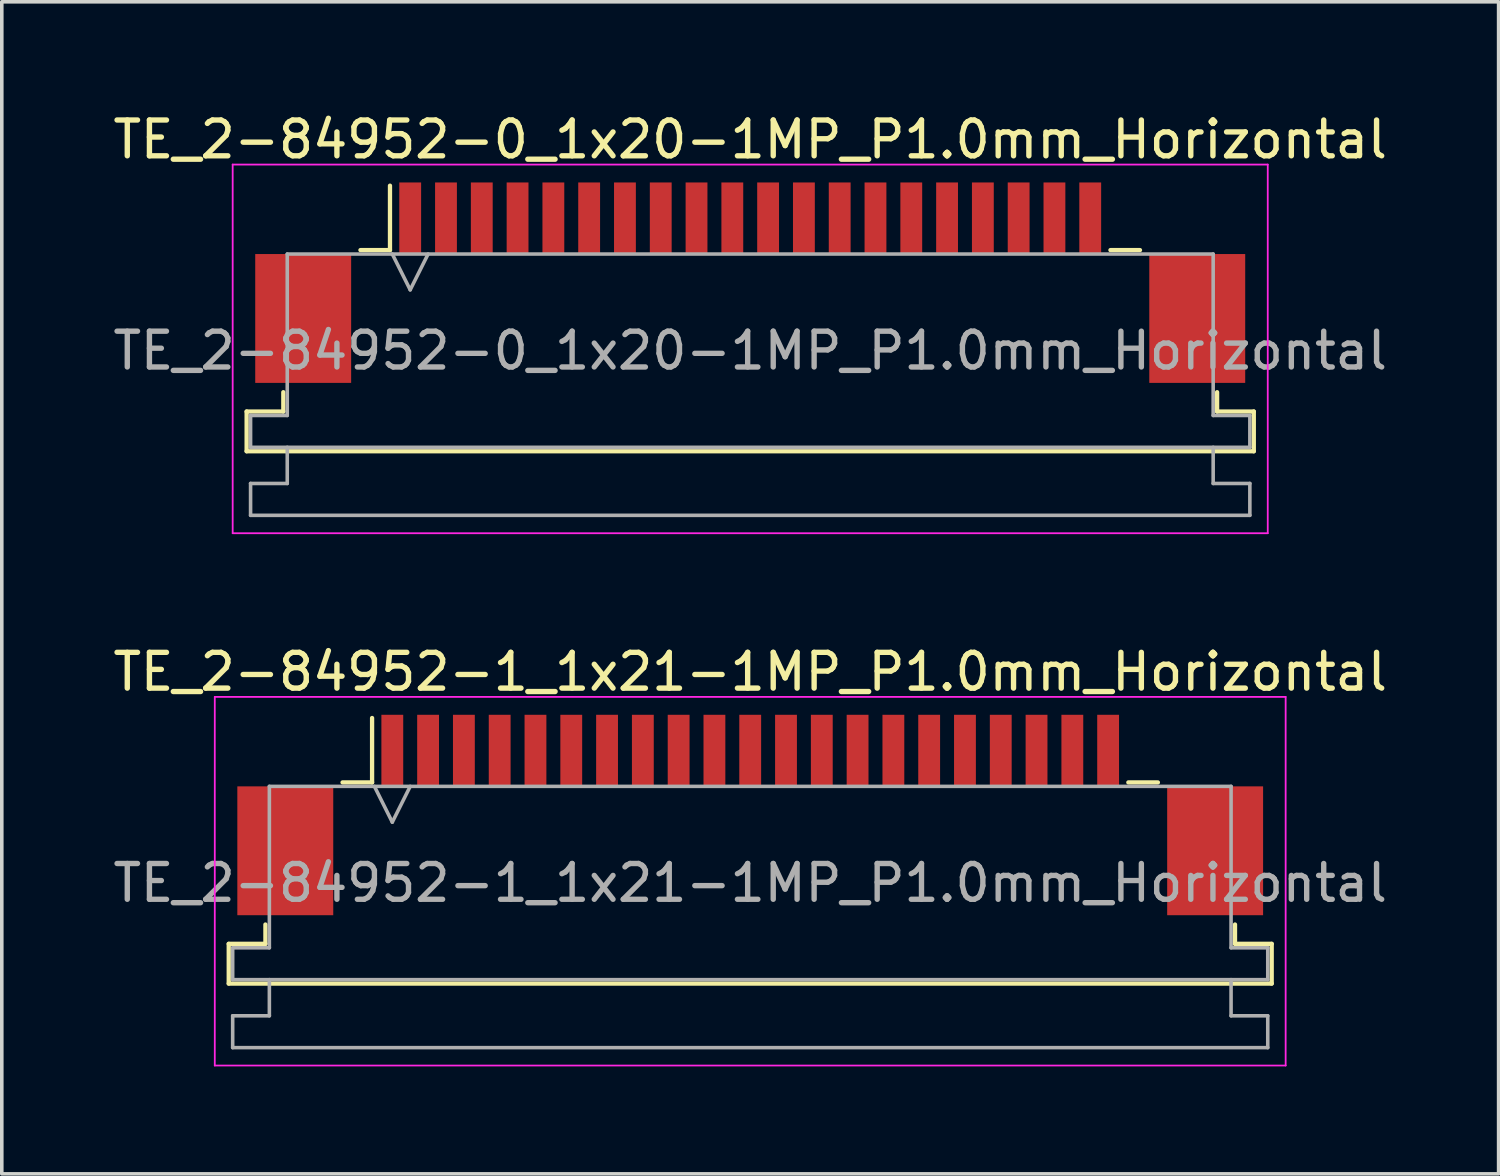
<source format=kicad_pcb>
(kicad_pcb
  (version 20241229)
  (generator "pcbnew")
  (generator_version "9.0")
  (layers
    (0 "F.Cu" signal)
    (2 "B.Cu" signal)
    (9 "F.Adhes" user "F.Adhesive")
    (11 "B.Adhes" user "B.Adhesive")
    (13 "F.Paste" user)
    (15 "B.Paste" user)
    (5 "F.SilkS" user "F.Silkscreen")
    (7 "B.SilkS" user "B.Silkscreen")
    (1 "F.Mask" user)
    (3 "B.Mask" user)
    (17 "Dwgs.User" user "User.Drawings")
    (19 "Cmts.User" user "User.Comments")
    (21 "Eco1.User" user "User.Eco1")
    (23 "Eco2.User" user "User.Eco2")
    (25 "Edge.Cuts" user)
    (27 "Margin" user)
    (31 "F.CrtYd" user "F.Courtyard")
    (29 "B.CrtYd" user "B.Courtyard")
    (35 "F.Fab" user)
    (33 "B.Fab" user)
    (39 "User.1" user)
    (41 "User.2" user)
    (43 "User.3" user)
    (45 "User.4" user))
  (footprint "TE_2-84952-0_1x20-1MP_P1.0mm_Horizontal"
    (layer "F.Cu")
    (at 17.911 4.848)
    (property "Reference" "TE_2-84952-0_1x20-1MP_P1.0mm_Horizontal" (at 0 -4 0) (layer "F.SilkS") (effects (font (size 1 1) (thickness 0.15))))
    (attr smd)
    (fp_line (start -14.07 3.6) (end -13.045 3.6) (stroke (width 0.12) (type solid)) (layer "F.SilkS"))
    (fp_line (start -14.07 4.71) (end -14.07 3.6) (stroke (width 0.12) (type solid)) (layer "F.SilkS"))
    (fp_line (start -13.045 3.6) (end -13.045 3.06) (stroke (width 0.12) (type solid)) (layer "F.SilkS"))
    (fp_line (start -10.89 -0.91) (end -10.065 -0.91) (stroke (width 0.12) (type solid)) (layer "F.SilkS"))
    (fp_line (start -10.065 -0.91) (end -10.065 -2.71) (stroke (width 0.12) (type solid)) (layer "F.SilkS"))
    (fp_line (start 10.065 -0.91) (end 10.89 -0.91) (stroke (width 0.12) (type solid)) (layer "F.SilkS"))
    (fp_line (start 13.045 3.06) (end 13.045 3.6) (stroke (width 0.12) (type solid)) (layer "F.SilkS"))
    (fp_line (start 13.045 3.6) (end 14.07 3.6) (stroke (width 0.12) (type solid)) (layer "F.SilkS"))
    (fp_line (start 14.07 3.6) (end 14.07 4.71) (stroke (width 0.12) (type solid)) (layer "F.SilkS"))
    (fp_line (start 14.07 4.71) (end -14.07 4.71) (stroke (width 0.12) (type solid)) (layer "F.SilkS"))
    (fp_line (start -14.46 -3.3) (end -14.46 7) (stroke (width 0.05) (type solid)) (layer "F.CrtYd"))
    (fp_line (start -14.46 7) (end 14.46 7) (stroke (width 0.05) (type solid)) (layer "F.CrtYd"))
    (fp_line (start 14.46 -3.3) (end -14.46 -3.3) (stroke (width 0.05) (type solid)) (layer "F.CrtYd"))
    (fp_line (start 14.46 7) (end 14.46 -3.3) (stroke (width 0.05) (type solid)) (layer "F.CrtYd"))
    (fp_line (start -13.96 3.71) (end -12.935 3.71) (stroke (width 0.1) (type solid)) (layer "F.Fab"))
    (fp_line (start -13.96 4.6) (end -13.96 3.71) (stroke (width 0.1) (type solid)) (layer "F.Fab"))
    (fp_line (start -13.96 5.61) (end -12.935 5.61) (stroke (width 0.1) (type solid)) (layer "F.Fab"))
    (fp_line (start -13.96 6.5) (end -13.96 5.61) (stroke (width 0.1) (type solid)) (layer "F.Fab"))
    (fp_line (start -12.935 -0.8) (end 12.935 -0.8) (stroke (width 0.1) (type solid)) (layer "F.Fab"))
    (fp_line (start -12.935 3.71) (end -12.935 -0.8) (stroke (width 0.1) (type solid)) (layer "F.Fab"))
    (fp_line (start -12.935 5.61) (end -12.935 4.6) (stroke (width 0.1) (type solid)) (layer "F.Fab"))
    (fp_line (start -10 -0.8) (end -9.5 0.2) (stroke (width 0.1) (type solid)) (layer "F.Fab"))
    (fp_line (start -9.5 0.2) (end -9 -0.8) (stroke (width 0.1) (type solid)) (layer "F.Fab"))
    (fp_line (start 12.935 -0.8) (end 12.935 3.71) (stroke (width 0.1) (type solid)) (layer "F.Fab"))
    (fp_line (start 12.935 3.71) (end 13.96 3.71) (stroke (width 0.1) (type solid)) (layer "F.Fab"))
    (fp_line (start 12.935 4.6) (end 12.935 5.61) (stroke (width 0.1) (type solid)) (layer "F.Fab"))
    (fp_line (start 12.935 5.61) (end 13.96 5.61) (stroke (width 0.1) (type solid)) (layer "F.Fab"))
    (fp_line (start 13.96 3.71) (end 13.96 4.6) (stroke (width 0.1) (type solid)) (layer "F.Fab"))
    (fp_line (start 13.96 4.6) (end -13.96 4.6) (stroke (width 0.1) (type solid)) (layer "F.Fab"))
    (fp_line (start 13.96 5.61) (end 13.96 6.5) (stroke (width 0.1) (type solid)) (layer "F.Fab"))
    (fp_line (start 13.96 6.5) (end -13.96 6.5) (stroke (width 0.1) (type solid)) (layer "F.Fab"))
    (fp_text user "${REFERENCE}" (at 0 1.9 0) (layer "F.Fab") (effects (font (size 1 1) (thickness 0.15))))
    (pad "1" smd rect (at -9.5 -1.8) (size 0.61 2) (layers "F.Cu" "F.Mask" "F.Paste"))
    (pad "2" smd rect (at -8.5 -1.8) (size 0.61 2) (layers "F.Cu" "F.Mask" "F.Paste"))
    (pad "3" smd rect (at -7.5 -1.8) (size 0.61 2) (layers "F.Cu" "F.Mask" "F.Paste"))
    (pad "4" smd rect (at -6.5 -1.8) (size 0.61 2) (layers "F.Cu" "F.Mask" "F.Paste"))
    (pad "5" smd rect (at -5.5 -1.8) (size 0.61 2) (layers "F.Cu" "F.Mask" "F.Paste"))
    (pad "6" smd rect (at -4.5 -1.8) (size 0.61 2) (layers "F.Cu" "F.Mask" "F.Paste"))
    (pad "7" smd rect (at -3.5 -1.8) (size 0.61 2) (layers "F.Cu" "F.Mask" "F.Paste"))
    (pad "8" smd rect (at -2.5 -1.8) (size 0.61 2) (layers "F.Cu" "F.Mask" "F.Paste"))
    (pad "9" smd rect (at -1.5 -1.8) (size 0.61 2) (layers "F.Cu" "F.Mask" "F.Paste"))
    (pad "10" smd rect (at -0.5 -1.8) (size 0.61 2) (layers "F.Cu" "F.Mask" "F.Paste"))
    (pad "11" smd rect (at 0.5 -1.8) (size 0.61 2) (layers "F.Cu" "F.Mask" "F.Paste"))
    (pad "12" smd rect (at 1.5 -1.8) (size 0.61 2) (layers "F.Cu" "F.Mask" "F.Paste"))
    (pad "13" smd rect (at 2.5 -1.8) (size 0.61 2) (layers "F.Cu" "F.Mask" "F.Paste"))
    (pad "14" smd rect (at 3.5 -1.8) (size 0.61 2) (layers "F.Cu" "F.Mask" "F.Paste"))
    (pad "15" smd rect (at 4.5 -1.8) (size 0.61 2) (layers "F.Cu" "F.Mask" "F.Paste"))
    (pad "16" smd rect (at 5.5 -1.8) (size 0.61 2) (layers "F.Cu" "F.Mask" "F.Paste"))
    (pad "17" smd rect (at 6.5 -1.8) (size 0.61 2) (layers "F.Cu" "F.Mask" "F.Paste"))
    (pad "18" smd rect (at 7.5 -1.8) (size 0.61 2) (layers "F.Cu" "F.Mask" "F.Paste"))
    (pad "19" smd rect (at 8.5 -1.8) (size 0.61 2) (layers "F.Cu" "F.Mask" "F.Paste"))
    (pad "20" smd rect (at 9.5 -1.8) (size 0.61 2) (layers "F.Cu" "F.Mask" "F.Paste"))
    (pad "MP" smd rect (at -12.49 1) (size 2.68 3.6) (layers "F.Cu" "F.Mask" "F.Paste"))
    (pad "MP" smd rect (at 12.49 1) (size 2.68 3.6) (layers "F.Cu" "F.Mask" "F.Paste")))
  (footprint "TE_2-84952-1_1x21-1MP_P1.0mm_Horizontal"
    (layer "F.Cu")
    (at 17.911 19.721)
    (property "Reference" "TE_2-84952-1_1x21-1MP_P1.0mm_Horizontal" (at 0 -4 0) (layer "F.SilkS") (effects (font (size 1 1) (thickness 0.15))))
    (attr smd)
    (fp_line (start -14.57 3.6) (end -13.545 3.6) (stroke (width 0.12) (type solid)) (layer "F.SilkS"))
    (fp_line (start -14.57 4.71) (end -14.57 3.6) (stroke (width 0.12) (type solid)) (layer "F.SilkS"))
    (fp_line (start -13.545 3.6) (end -13.545 3.06) (stroke (width 0.12) (type solid)) (layer "F.SilkS"))
    (fp_line (start -11.39 -0.91) (end -10.565 -0.91) (stroke (width 0.12) (type solid)) (layer "F.SilkS"))
    (fp_line (start -10.565 -0.91) (end -10.565 -2.71) (stroke (width 0.12) (type solid)) (layer "F.SilkS"))
    (fp_line (start 10.565 -0.91) (end 11.39 -0.91) (stroke (width 0.12) (type solid)) (layer "F.SilkS"))
    (fp_line (start 13.545 3.06) (end 13.545 3.6) (stroke (width 0.12) (type solid)) (layer "F.SilkS"))
    (fp_line (start 13.545 3.6) (end 14.57 3.6) (stroke (width 0.12) (type solid)) (layer "F.SilkS"))
    (fp_line (start 14.57 3.6) (end 14.57 4.71) (stroke (width 0.12) (type solid)) (layer "F.SilkS"))
    (fp_line (start 14.57 4.71) (end -14.57 4.71) (stroke (width 0.12) (type solid)) (layer "F.SilkS"))
    (fp_line (start -14.96 -3.3) (end -14.96 7) (stroke (width 0.05) (type solid)) (layer "F.CrtYd"))
    (fp_line (start -14.96 7) (end 14.96 7) (stroke (width 0.05) (type solid)) (layer "F.CrtYd"))
    (fp_line (start 14.96 -3.3) (end -14.96 -3.3) (stroke (width 0.05) (type solid)) (layer "F.CrtYd"))
    (fp_line (start 14.96 7) (end 14.96 -3.3) (stroke (width 0.05) (type solid)) (layer "F.CrtYd"))
    (fp_line (start -14.46 3.71) (end -13.435 3.71) (stroke (width 0.1) (type solid)) (layer "F.Fab"))
    (fp_line (start -14.46 4.6) (end -14.46 3.71) (stroke (width 0.1) (type solid)) (layer "F.Fab"))
    (fp_line (start -14.46 5.61) (end -13.435 5.61) (stroke (width 0.1) (type solid)) (layer "F.Fab"))
    (fp_line (start -14.46 6.5) (end -14.46 5.61) (stroke (width 0.1) (type solid)) (layer "F.Fab"))
    (fp_line (start -13.435 -0.8) (end 13.435 -0.8) (stroke (width 0.1) (type solid)) (layer "F.Fab"))
    (fp_line (start -13.435 3.71) (end -13.435 -0.8) (stroke (width 0.1) (type solid)) (layer "F.Fab"))
    (fp_line (start -13.435 5.61) (end -13.435 4.6) (stroke (width 0.1) (type solid)) (layer "F.Fab"))
    (fp_line (start -10.5 -0.8) (end -10 0.2) (stroke (width 0.1) (type solid)) (layer "F.Fab"))
    (fp_line (start -10 0.2) (end -9.5 -0.8) (stroke (width 0.1) (type solid)) (layer "F.Fab"))
    (fp_line (start 13.435 -0.8) (end 13.435 3.71) (stroke (width 0.1) (type solid)) (layer "F.Fab"))
    (fp_line (start 13.435 3.71) (end 14.46 3.71) (stroke (width 0.1) (type solid)) (layer "F.Fab"))
    (fp_line (start 13.435 4.6) (end 13.435 5.61) (stroke (width 0.1) (type solid)) (layer "F.Fab"))
    (fp_line (start 13.435 5.61) (end 14.46 5.61) (stroke (width 0.1) (type solid)) (layer "F.Fab"))
    (fp_line (start 14.46 3.71) (end 14.46 4.6) (stroke (width 0.1) (type solid)) (layer "F.Fab"))
    (fp_line (start 14.46 4.6) (end -14.46 4.6) (stroke (width 0.1) (type solid)) (layer "F.Fab"))
    (fp_line (start 14.46 5.61) (end 14.46 6.5) (stroke (width 0.1) (type solid)) (layer "F.Fab"))
    (fp_line (start 14.46 6.5) (end -14.46 6.5) (stroke (width 0.1) (type solid)) (layer "F.Fab"))
    (fp_text user "${REFERENCE}" (at 0 1.9 0) (layer "F.Fab") (effects (font (size 1 1) (thickness 0.15))))
    (pad "1" smd rect (at -10 -1.8) (size 0.61 2) (layers "F.Cu" "F.Mask" "F.Paste"))
    (pad "2" smd rect (at -9 -1.8) (size 0.61 2) (layers "F.Cu" "F.Mask" "F.Paste"))
    (pad "3" smd rect (at -8 -1.8) (size 0.61 2) (layers "F.Cu" "F.Mask" "F.Paste"))
    (pad "4" smd rect (at -7 -1.8) (size 0.61 2) (layers "F.Cu" "F.Mask" "F.Paste"))
    (pad "5" smd rect (at -6 -1.8) (size 0.61 2) (layers "F.Cu" "F.Mask" "F.Paste"))
    (pad "6" smd rect (at -5 -1.8) (size 0.61 2) (layers "F.Cu" "F.Mask" "F.Paste"))
    (pad "7" smd rect (at -4 -1.8) (size 0.61 2) (layers "F.Cu" "F.Mask" "F.Paste"))
    (pad "8" smd rect (at -3 -1.8) (size 0.61 2) (layers "F.Cu" "F.Mask" "F.Paste"))
    (pad "9" smd rect (at -2 -1.8) (size 0.61 2) (layers "F.Cu" "F.Mask" "F.Paste"))
    (pad "10" smd rect (at -1 -1.8) (size 0.61 2) (layers "F.Cu" "F.Mask" "F.Paste"))
    (pad "11" smd rect (at 0 -1.8) (size 0.61 2) (layers "F.Cu" "F.Mask" "F.Paste"))
    (pad "12" smd rect (at 1 -1.8) (size 0.61 2) (layers "F.Cu" "F.Mask" "F.Paste"))
    (pad "13" smd rect (at 2 -1.8) (size 0.61 2) (layers "F.Cu" "F.Mask" "F.Paste"))
    (pad "14" smd rect (at 3 -1.8) (size 0.61 2) (layers "F.Cu" "F.Mask" "F.Paste"))
    (pad "15" smd rect (at 4 -1.8) (size 0.61 2) (layers "F.Cu" "F.Mask" "F.Paste"))
    (pad "16" smd rect (at 5 -1.8) (size 0.61 2) (layers "F.Cu" "F.Mask" "F.Paste"))
    (pad "17" smd rect (at 6 -1.8) (size 0.61 2) (layers "F.Cu" "F.Mask" "F.Paste"))
    (pad "18" smd rect (at 7 -1.8) (size 0.61 2) (layers "F.Cu" "F.Mask" "F.Paste"))
    (pad "19" smd rect (at 8 -1.8) (size 0.61 2) (layers "F.Cu" "F.Mask" "F.Paste"))
    (pad "20" smd rect (at 9 -1.8) (size 0.61 2) (layers "F.Cu" "F.Mask" "F.Paste"))
    (pad "21" smd rect (at 10 -1.8) (size 0.61 2) (layers "F.Cu" "F.Mask" "F.Paste"))
    (pad "MP" smd rect (at -12.99 1) (size 2.68 3.6) (layers "F.Cu" "F.Mask" "F.Paste"))
    (pad "MP" smd rect (at 12.99 1) (size 2.68 3.6) (layers "F.Cu" "F.Mask" "F.Paste")))
  (gr_rect
    (start -3 -3)
    (end 38.821 29.747)
    (stroke (width 0.1) (type default))
    (fill no)
    (layer "Edge.Cuts")))
</source>
